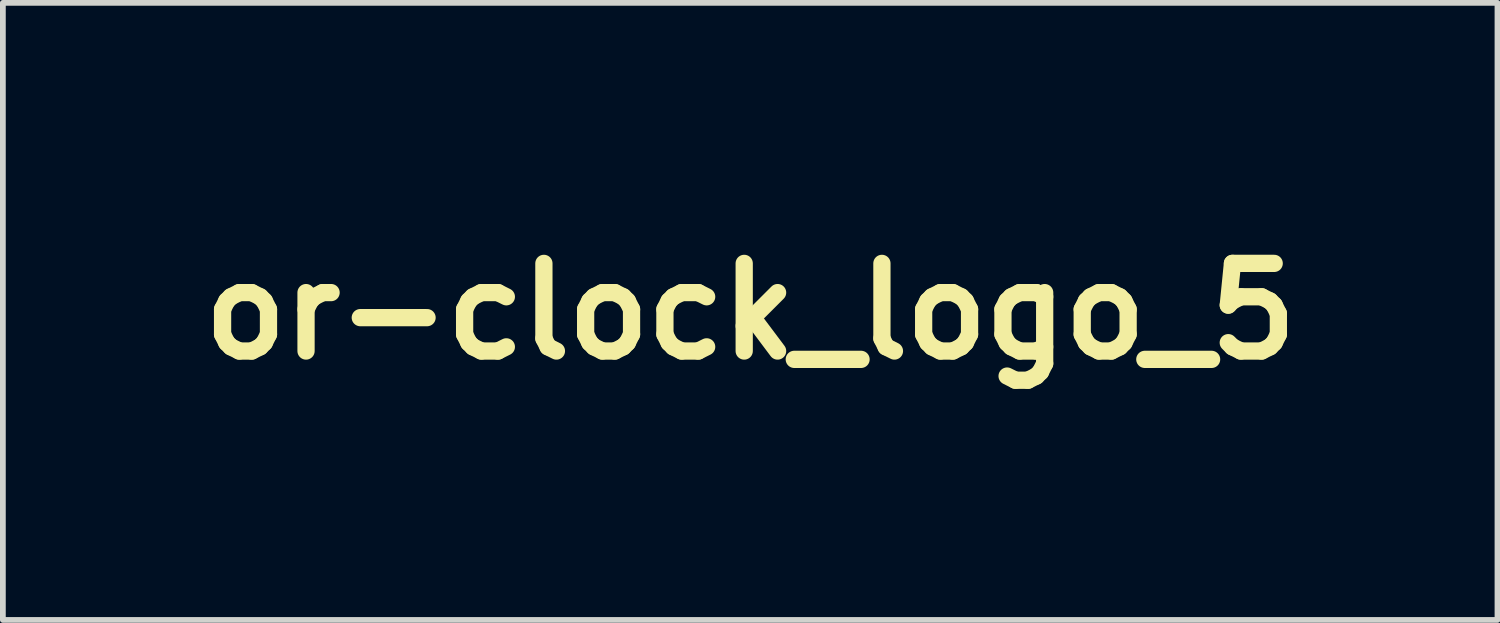
<source format=kicad_pcb>
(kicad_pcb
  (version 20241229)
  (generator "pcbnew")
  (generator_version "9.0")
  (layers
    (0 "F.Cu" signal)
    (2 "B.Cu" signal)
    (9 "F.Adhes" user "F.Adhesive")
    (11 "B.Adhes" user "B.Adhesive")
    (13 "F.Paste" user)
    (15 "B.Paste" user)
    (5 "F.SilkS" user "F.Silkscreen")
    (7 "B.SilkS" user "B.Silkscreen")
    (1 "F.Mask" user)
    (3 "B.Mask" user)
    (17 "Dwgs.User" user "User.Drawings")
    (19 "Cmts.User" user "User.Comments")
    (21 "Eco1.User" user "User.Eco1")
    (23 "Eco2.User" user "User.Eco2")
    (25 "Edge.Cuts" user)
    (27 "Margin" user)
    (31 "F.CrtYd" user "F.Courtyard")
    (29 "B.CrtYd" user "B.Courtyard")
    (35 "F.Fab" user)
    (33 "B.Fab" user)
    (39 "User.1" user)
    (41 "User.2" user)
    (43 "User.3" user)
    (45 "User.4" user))
  (footprint "or-clock_logo_5"
    (layer "F.Cu")
    (at 10.001 2.365)
    (property "Reference" "or-clock_logo_5" (at 0 0 0) (layer "F.SilkS") (effects (font (size 1.524 1.524) (thickness 0.3))))
    (attr through_hole)
    (fp_poly (pts (xy -2.074 0.525) (xy -3.309 0.525) (xy -3.309 -0.085) (xy -2.074 -0.085) (xy -2.074 0.525)) (stroke (width 0.01) (type solid)) (fill yes) (layer "F.Mask"))
    (fp_poly (pts (xy 1.828 1.896) (xy 1.21 1.896) (xy 1.21 -1.862) (xy 1.828 -1.862) (xy 1.828 1.896)) (stroke (width 0.01) (type solid)) (fill yes) (layer "F.Mask"))
    (fp_poly (pts (xy -5.042 -1.018) (xy -4.901 -0.723) (xy -4.901 -0.609) (xy -4.902 -0.495) (xy -5.035 -0.313) (xy -5.168 -0.131) (xy -5.517 -0.129) (xy -5.865 -0.127) (xy -5.865 -1.312) (xy -5.184 -1.312) (xy -5.042 -1.018)) (stroke (width 0.01) (type solid)) (fill yes) (layer "F.Mask"))
    (fp_poly (pts (xy -7.716 -1.045) (xy -7.516 -0.745) (xy -7.516 0.722) (xy -7.717 1.026) (xy -7.917 1.329) (xy -8.546 1.329) (xy -8.75 1.022) (xy -8.955 0.714) (xy -8.954 -0.732) (xy -8.751 -1.039) (xy -8.548 -1.346) (xy -7.916 -1.346) (xy -7.716 -1.045)) (stroke (width 0.01) (type solid)) (fill yes) (layer "F.Mask"))
    (fp_poly (pts (xy 3.574 -1.047) (xy 4.251 -1.045) (xy 4.474 -0.639) (xy 4.697 -0.233) (xy 4.697 1.045) (xy 4.437 1.473) (xy 4.176 1.9) (xy 3.536 1.902) (xy 2.895 1.904) (xy 2.758 1.674) (xy 2.718 1.605) (xy 2.673 1.531) (xy 2.628 1.455) (xy 2.584 1.381) (xy 2.544 1.314) (xy 2.513 1.26) (xy 2.404 1.077) (xy 2.404 0.909) (xy 3.013 0.909) (xy 3.125 1.098) (xy 3.237 1.286) (xy 3.538 1.286) (xy 3.838 1.286) (xy 3.959 1.085) (xy 4.08 0.884) (xy 4.08 -0.09) (xy 3.889 -0.44) (xy 3.237 -0.44) (xy 3.013 -0.072) (xy 3.013 0.418) (xy 3.013 0.909) (xy 2.404 0.909) (xy 2.404 -0.244) (xy 2.65 -0.647) (xy 2.897 -1.05) (xy 3.574 -1.047)) (stroke (width 0.01) (type solid)) (fill yes) (layer "F.Mask"))
    (fp_poly (pts (xy 6.397 -1.047) (xy 7.085 -1.045) (xy 7.237 -0.681) (xy 7.268 -0.607) (xy 7.297 -0.537) (xy 7.324 -0.473) (xy 7.347 -0.416) (xy 7.366 -0.369) (xy 7.381 -0.333) (xy 7.391 -0.309) (xy 7.394 -0.3) (xy 7.394 -0.294) (xy 7.391 -0.289) (xy 7.383 -0.282) (xy 7.369 -0.274) (xy 7.346 -0.263) (xy 7.315 -0.248) (xy 7.273 -0.23) (xy 7.218 -0.207) (xy 7.15 -0.178) (xy 7.129 -0.17) (xy 7.066 -0.143) (xy 7.007 -0.119) (xy 6.954 -0.097) (xy 6.91 -0.08) (xy 6.877 -0.066) (xy 6.856 -0.058) (xy 6.849 -0.056) (xy 6.841 -0.063) (xy 6.829 -0.084) (xy 6.812 -0.117) (xy 6.793 -0.161) (xy 6.792 -0.165) (xy 6.771 -0.215) (xy 6.749 -0.267) (xy 6.728 -0.318) (xy 6.711 -0.358) (xy 6.676 -0.44) (xy 6.362 -0.438) (xy 6.048 -0.436) (xy 5.832 -0.083) (xy 5.832 0.92) (xy 5.94 1.103) (xy 6.047 1.286) (xy 6.337 1.286) (xy 6.627 1.287) (xy 6.737 1.062) (xy 6.846 0.838) (xy 6.883 0.854) (xy 6.899 0.862) (xy 6.929 0.876) (xy 6.969 0.895) (xy 7.018 0.919) (xy 7.074 0.946) (xy 7.133 0.975) (xy 7.157 0.987) (xy 7.395 1.105) (xy 7.005 1.904) (xy 5.707 1.904) (xy 5.214 1.074) (xy 5.214 0.416) (xy 5.214 -0.241) (xy 5.708 -1.05) (xy 6.397 -1.047)) (stroke (width 0.01) (type solid)) (fill yes) (layer "F.Mask"))
    (fp_poly (pts (xy 0.491 -0.672) (xy 0.522 -0.597) (xy 0.551 -0.526) (xy 0.578 -0.462) (xy 0.602 -0.406) (xy 0.621 -0.359) (xy 0.636 -0.322) (xy 0.646 -0.299) (xy 0.65 -0.289) (xy 0.65 -0.289) (xy 0.643 -0.284) (xy 0.622 -0.274) (xy 0.59 -0.26) (xy 0.549 -0.242) (xy 0.501 -0.221) (xy 0.447 -0.198) (xy 0.39 -0.175) (xy 0.333 -0.151) (xy 0.277 -0.128) (xy 0.224 -0.107) (xy 0.177 -0.088) (xy 0.138 -0.073) (xy 0.108 -0.062) (xy 0.091 -0.057) (xy 0.087 -0.056) (xy 0.083 -0.066) (xy 0.073 -0.089) (xy 0.059 -0.123) (xy 0.041 -0.166) (xy 0.02 -0.215) (xy 0.006 -0.25) (xy -0.072 -0.436) (xy -0.386 -0.438) (xy -0.699 -0.44) (xy -0.811 -0.258) (xy -0.923 -0.075) (xy -0.923 0.912) (xy -0.701 1.287) (xy -0.412 1.286) (xy -0.123 1.286) (xy -0.018 1.068) (xy 0.01 1.012) (xy 0.035 0.961) (xy 0.057 0.916) (xy 0.074 0.881) (xy 0.087 0.856) (xy 0.093 0.844) (xy 0.093 0.844) (xy 0.101 0.846) (xy 0.123 0.855) (xy 0.155 0.87) (xy 0.196 0.888) (xy 0.244 0.911) (xy 0.297 0.935) (xy 0.352 0.961) (xy 0.408 0.988) (xy 0.463 1.014) (xy 0.514 1.039) (xy 0.559 1.061) (xy 0.596 1.079) (xy 0.623 1.093) (xy 0.638 1.102) (xy 0.641 1.103) (xy 0.637 1.111) (xy 0.628 1.133) (xy 0.612 1.167) (xy 0.59 1.212) (xy 0.564 1.266) (xy 0.534 1.329) (xy 0.501 1.398) (xy 0.464 1.473) (xy 0.45 1.503) (xy 0.256 1.9) (xy -0.395 1.902) (xy -1.045 1.904) (xy -1.289 1.492) (xy -1.532 1.079) (xy -1.532 0.415) (xy -1.531 -0.25) (xy -1.044 -1.045) (xy -0.355 -1.047) (xy 0.334 -1.049) (xy 0.491 -0.672)) (stroke (width 0.01) (type solid)) (fill yes) (layer "F.Mask"))
    (fp_poly (pts (xy 8.502 0.119) (xy 8.955 -0.52) (xy 9.02 -0.613) (xy 9.083 -0.702) (xy 9.143 -0.785) (xy 9.198 -0.863) (xy 9.249 -0.934) (xy 9.294 -0.997) (xy 9.333 -1.051) (xy 9.365 -1.095) (xy 9.39 -1.129) (xy 9.406 -1.15) (xy 9.413 -1.159) (xy 9.414 -1.16) (xy 9.422 -1.155) (xy 9.442 -1.141) (xy 9.473 -1.121) (xy 9.511 -1.095) (xy 9.555 -1.064) (xy 9.603 -1.03) (xy 9.653 -0.994) (xy 9.703 -0.959) (xy 9.752 -0.924) (xy 9.796 -0.891) (xy 9.836 -0.863) (xy 9.867 -0.839) (xy 9.89 -0.822) (xy 9.9 -0.814) (xy 9.901 -0.813) (xy 9.897 -0.805) (xy 9.883 -0.784) (xy 9.862 -0.752) (xy 9.832 -0.709) (xy 9.796 -0.657) (xy 9.754 -0.596) (xy 9.707 -0.528) (xy 9.655 -0.454) (xy 9.599 -0.375) (xy 9.54 -0.291) (xy 9.536 -0.286) (xy 9.477 -0.202) (xy 9.42 -0.122) (xy 9.367 -0.047) (xy 9.318 0.022) (xy 9.274 0.084) (xy 9.236 0.138) (xy 9.205 0.183) (xy 9.181 0.217) (xy 9.165 0.24) (xy 9.158 0.25) (xy 9.158 0.25) (xy 9.157 0.254) (xy 9.158 0.26) (xy 9.162 0.27) (xy 9.168 0.285) (xy 9.177 0.304) (xy 9.19 0.33) (xy 9.208 0.363) (xy 9.23 0.403) (xy 9.258 0.451) (xy 9.291 0.51) (xy 9.33 0.578) (xy 9.376 0.658) (xy 9.429 0.749) (xy 9.49 0.853) (xy 9.558 0.971) (xy 9.568 0.989) (xy 9.627 1.09) (xy 9.684 1.188) (xy 9.737 1.28) (xy 9.787 1.366) (xy 9.833 1.444) (xy 9.873 1.515) (xy 9.909 1.576) (xy 9.938 1.628) (xy 9.961 1.668) (xy 9.977 1.696) (xy 9.985 1.711) (xy 9.986 1.713) (xy 9.977 1.719) (xy 9.956 1.732) (xy 9.924 1.751) (xy 9.883 1.774) (xy 9.837 1.801) (xy 9.786 1.83) (xy 9.733 1.861) (xy 9.679 1.892) (xy 9.627 1.922) (xy 9.579 1.949) (xy 9.537 1.973) (xy 9.502 1.993) (xy 9.478 2.007) (xy 9.465 2.014) (xy 9.463 2.014) (xy 9.459 2.007) (xy 9.446 1.986) (xy 9.426 1.953) (xy 9.399 1.909) (xy 9.367 1.854) (xy 9.329 1.79) (xy 9.287 1.718) (xy 9.241 1.639) (xy 9.191 1.554) (xy 9.139 1.464) (xy 9.118 1.428) (xy 9.064 1.336) (xy 9.014 1.248) (xy 8.965 1.166) (xy 8.921 1.09) (xy 8.881 1.021) (xy 8.846 0.961) (xy 8.816 0.911) (xy 8.793 0.871) (xy 8.777 0.844) (xy 8.768 0.829) (xy 8.766 0.827) (xy 8.762 0.824) (xy 8.756 0.826) (xy 8.747 0.835) (xy 8.733 0.85) (xy 8.714 0.875) (xy 8.688 0.91) (xy 8.655 0.956) (xy 8.627 0.996) (xy 8.498 1.179) (xy 8.498 1.896) (xy 7.888 1.896) (xy 7.888 -1.862) (xy 8.498 -1.862) (xy 8.502 0.119)) (stroke (width 0.01) (type solid)) (fill yes) (layer "F.Mask"))
    (fp_poly (pts (xy -7.646 -2.36) (xy -7.451 -2.36) (xy -7.24 -2.36) (xy -7.013 -2.359) (xy -6.81 -2.359) (xy -4.533 -2.357) (xy -4.197 -1.659) (xy -3.861 -0.961) (xy -3.866 0.7) (xy -3.871 2.361) (xy -5.386 2.359) (xy -5.567 2.359) (xy -5.755 2.359) (xy -5.95 2.358) (xy -6.15 2.358) (xy -6.351 2.358) (xy -6.554 2.357) (xy -6.755 2.357) (xy -6.953 2.356) (xy -7.146 2.356) (xy -7.332 2.355) (xy -7.509 2.355) (xy -7.676 2.354) (xy -7.83 2.354) (xy -7.969 2.353) (xy -8 2.353) (xy -8.161 2.352) (xy -8.305 2.352) (xy -8.434 2.351) (xy -8.549 2.351) (xy -8.65 2.35) (xy -8.739 2.349) (xy -8.815 2.348) (xy -8.881 2.348) (xy -8.936 2.347) (xy -8.982 2.346) (xy -9.019 2.345) (xy -9.049 2.344) (xy -9.071 2.343) (xy -9.088 2.341) (xy -9.1 2.34) (xy -9.107 2.338) (xy -9.11 2.336) (xy -9.11 2.336) (xy -9.117 2.327) (xy -9.132 2.305) (xy -9.155 2.272) (xy -9.186 2.227) (xy -9.223 2.172) (xy -9.266 2.108) (xy -9.315 2.036) (xy -9.368 1.957) (xy -9.426 1.872) (xy -9.486 1.781) (xy -9.55 1.687) (xy -9.559 1.673) (xy -9.996 1.022) (xy -9.996 -0.929) (xy -9.581 -0.929) (xy -9.581 -0.01) (xy -9.581 0.91) (xy -9.233 1.433) (xy -8.886 1.955) (xy -7.577 1.955) (xy -7.543 1.904) (xy -6.492 1.904) (xy -5.865 1.904) (xy -5.865 0.499) (xy -5.727 0.499) (xy -5.68 0.5) (xy -5.62 0.5) (xy -5.552 0.501) (xy -5.478 0.502) (xy -5.404 0.504) (xy -5.346 0.505) (xy -5.103 0.511) (xy -5.036 0.589) (xy -4.968 0.667) (xy -4.968 1.904) (xy -4.342 1.904) (xy -4.342 1.166) (xy -4.342 0.427) (xy -4.465 0.285) (xy -4.588 0.143) (xy -4.569 0.116) (xy -4.559 0.102) (xy -4.54 0.077) (xy -4.515 0.042) (xy -4.484 -0.001) (xy -4.45 -0.049) (xy -4.412 -0.1) (xy -4.412 -0.1) (xy -4.274 -0.29) (xy -4.274 -0.874) (xy -4.53 -1.406) (xy -4.786 -1.938) (xy -5.639 -1.938) (xy -6.492 -1.938) (xy -6.492 1.904) (xy -7.543 1.904) (xy -7.229 1.431) (xy -6.881 0.906) (xy -6.881 -0.01) (xy -6.881 -0.927) (xy -7.228 -1.449) (xy -7.575 -1.972) (xy -8.888 -1.972) (xy -9.234 -1.45) (xy -9.581 -0.929) (xy -9.996 -0.929) (xy -9.996 -1.029) (xy -9.556 -1.685) (xy -9.492 -1.78) (xy -9.43 -1.871) (xy -9.372 -1.957) (xy -9.318 -2.037) (xy -9.268 -2.111) (xy -9.223 -2.176) (xy -9.184 -2.233) (xy -9.152 -2.279) (xy -9.127 -2.315) (xy -9.11 -2.339) (xy -9.102 -2.35) (xy -9.101 -2.351) (xy -9.097 -2.352) (xy -9.086 -2.353) (xy -9.068 -2.354) (xy -9.044 -2.355) (xy -9.011 -2.356) (xy -8.97 -2.356) (xy -8.92 -2.357) (xy -8.861 -2.358) (xy -8.793 -2.358) (xy -8.713 -2.359) (xy -8.623 -2.359) (xy -8.522 -2.359) (xy -8.409 -2.359) (xy -8.283 -2.36) (xy -8.145 -2.36) (xy -7.993 -2.36) (xy -7.827 -2.36) (xy -7.646 -2.36)) (stroke (width 0.01) (type solid)) (fill yes) (layer "F.Mask")))
  (gr_rect
    (start -3 -3)
    (end 22.992 7.731)
    (stroke (width 0.1) (type default))
    (fill no)
    (layer "Edge.Cuts")))
</source>
